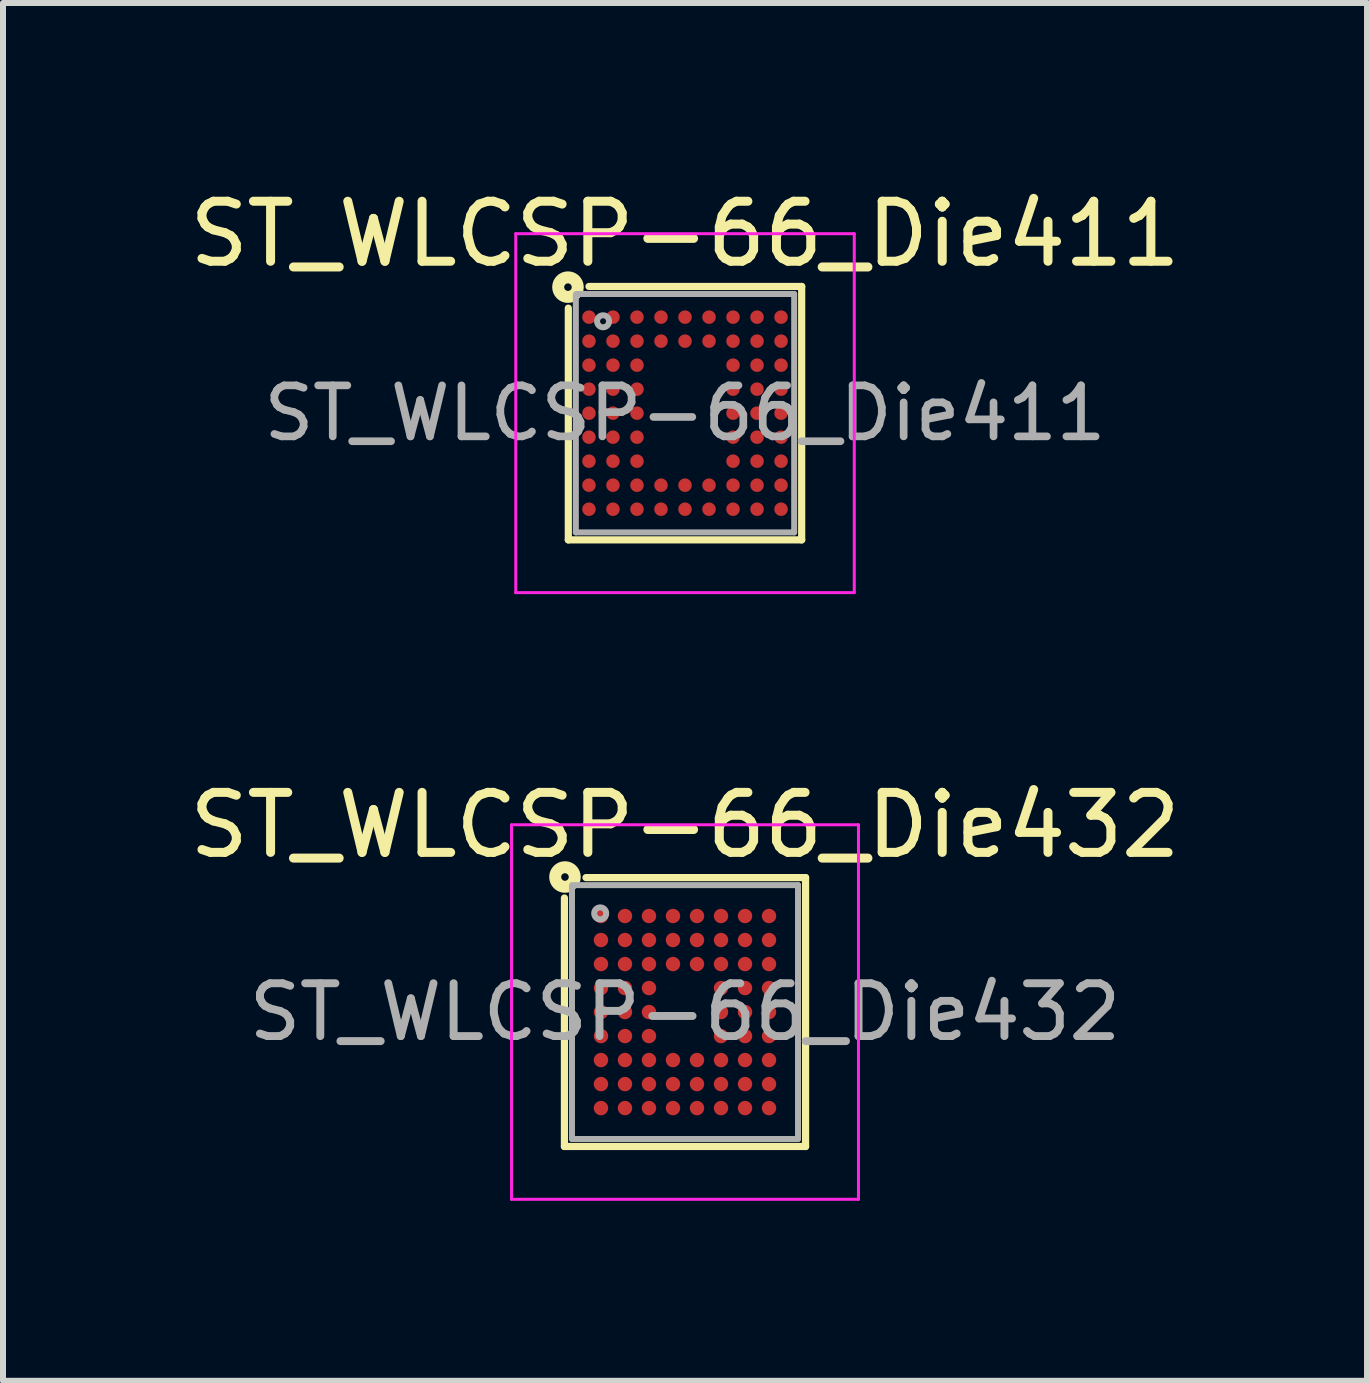
<source format=kicad_pcb>
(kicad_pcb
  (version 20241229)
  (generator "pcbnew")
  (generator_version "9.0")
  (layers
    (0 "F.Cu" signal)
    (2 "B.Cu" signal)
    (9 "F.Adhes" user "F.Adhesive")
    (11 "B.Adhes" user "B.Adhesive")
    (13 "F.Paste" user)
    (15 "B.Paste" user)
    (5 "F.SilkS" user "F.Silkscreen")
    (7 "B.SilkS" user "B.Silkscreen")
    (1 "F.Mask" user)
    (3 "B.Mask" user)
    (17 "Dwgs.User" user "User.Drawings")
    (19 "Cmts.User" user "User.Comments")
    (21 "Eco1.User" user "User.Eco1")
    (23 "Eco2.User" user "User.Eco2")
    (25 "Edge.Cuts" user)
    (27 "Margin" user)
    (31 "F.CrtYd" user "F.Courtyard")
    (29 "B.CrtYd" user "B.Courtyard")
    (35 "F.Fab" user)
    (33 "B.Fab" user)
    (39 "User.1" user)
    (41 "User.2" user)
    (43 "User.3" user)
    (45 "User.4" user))
  (footprint "ST_WLCSP-66_Die411"
    (layer "F.Cu")
    (at 8.363 3.834)
    (property "Reference" "ST_WLCSP-66_Die411" (at 0 -2.986 0) (layer "F.SilkS") (effects (font (size 1 1) (thickness 0.15))))
    (attr smd)
    (fp_line (start -1.944 2.111) (end -1.944 -1.75) (stroke (width 0.12) (type solid)) (layer "F.SilkS"))
    (fp_line (start -1.6 -2.111) (end 1.944 -2.111) (stroke (width 0.12) (type solid)) (layer "F.SilkS"))
    (fp_line (start 1.944 -2.111) (end 1.944 2.111) (stroke (width 0.12) (type solid)) (layer "F.SilkS"))
    (fp_line (start 1.944 2.111) (end -1.944 2.111) (stroke (width 0.12) (type solid)) (layer "F.SilkS"))
    (fp_circle (center -1.95 -2.1) (end -1.887 -2.1) (stroke (width 0.2) (type solid)) (fill no) (layer "F.SilkS"))
    (fp_line (start -2.82 -2.99) (end -2.82 2.99) (stroke (width 0.05) (type solid)) (layer "F.CrtYd"))
    (fp_line (start -2.82 2.99) (end 2.82 2.99) (stroke (width 0.05) (type solid)) (layer "F.CrtYd"))
    (fp_line (start 2.82 -2.99) (end -2.82 -2.99) (stroke (width 0.05) (type solid)) (layer "F.CrtYd"))
    (fp_line (start 2.82 2.99) (end 2.82 -2.99) (stroke (width 0.05) (type solid)) (layer "F.CrtYd"))
    (fp_line (start -1.819 1.986) (end -1.819 -1.98) (stroke (width 0.1) (type solid)) (layer "F.Fab"))
    (fp_line (start -1.81 -1.986) (end 1.819 -1.986) (stroke (width 0.1) (type solid)) (layer "F.Fab"))
    (fp_line (start 1.819 -1.986) (end 1.819 1.986) (stroke (width 0.1) (type solid)) (layer "F.Fab"))
    (fp_line (start 1.819 1.986) (end -1.819 1.986) (stroke (width 0.1) (type solid)) (layer "F.Fab"))
    (fp_circle (center -1.365 -1.531) (end -1.265 -1.531) (stroke (width 0.1) (type solid)) (fill no) (layer "F.Fab"))
    (fp_text user "${REFERENCE}" (at 0 0 0) (layer "F.Fab") (effects (font (size 0.85 0.85) (thickness 0.128))))
    (pad "A1" smd circle (at -1.6 -1.6) (size 0.225 0.225) (layers "F.Cu" "F.Mask" "F.Paste"))
    (pad "A2" smd circle (at -1.2 -1.6) (size 0.225 0.225) (layers "F.Cu" "F.Mask" "F.Paste"))
    (pad "A3" smd circle (at -0.8 -1.6) (size 0.225 0.225) (layers "F.Cu" "F.Mask" "F.Paste"))
    (pad "A4" smd circle (at -0.4 -1.6) (size 0.225 0.225) (layers "F.Cu" "F.Mask" "F.Paste"))
    (pad "A5" smd circle (at 0 -1.6) (size 0.225 0.225) (layers "F.Cu" "F.Mask" "F.Paste"))
    (pad "A6" smd circle (at 0.4 -1.6) (size 0.225 0.225) (layers "F.Cu" "F.Mask" "F.Paste"))
    (pad "A7" smd circle (at 0.8 -1.6) (size 0.225 0.225) (layers "F.Cu" "F.Mask" "F.Paste"))
    (pad "A8" smd circle (at 1.2 -1.6) (size 0.225 0.225) (layers "F.Cu" "F.Mask" "F.Paste"))
    (pad "A9" smd circle (at 1.6 -1.6) (size 0.225 0.225) (layers "F.Cu" "F.Mask" "F.Paste"))
    (pad "B1" smd circle (at -1.6 -1.2) (size 0.225 0.225) (layers "F.Cu" "F.Mask" "F.Paste"))
    (pad "B2" smd circle (at -1.2 -1.2) (size 0.225 0.225) (layers "F.Cu" "F.Mask" "F.Paste"))
    (pad "B3" smd circle (at -0.8 -1.2) (size 0.225 0.225) (layers "F.Cu" "F.Mask" "F.Paste"))
    (pad "B4" smd circle (at -0.4 -1.2) (size 0.225 0.225) (layers "F.Cu" "F.Mask" "F.Paste"))
    (pad "B5" smd circle (at 0 -1.2) (size 0.225 0.225) (layers "F.Cu" "F.Mask" "F.Paste"))
    (pad "B6" smd circle (at 0.4 -1.2) (size 0.225 0.225) (layers "F.Cu" "F.Mask" "F.Paste"))
    (pad "B7" smd circle (at 0.8 -1.2) (size 0.225 0.225) (layers "F.Cu" "F.Mask" "F.Paste"))
    (pad "B8" smd circle (at 1.2 -1.2) (size 0.225 0.225) (layers "F.Cu" "F.Mask" "F.Paste"))
    (pad "B9" smd circle (at 1.6 -1.2) (size 0.225 0.225) (layers "F.Cu" "F.Mask" "F.Paste"))
    (pad "C1" smd circle (at -1.6 -0.8) (size 0.225 0.225) (layers "F.Cu" "F.Mask" "F.Paste"))
    (pad "C2" smd circle (at -1.2 -0.8) (size 0.225 0.225) (layers "F.Cu" "F.Mask" "F.Paste"))
    (pad "C3" smd circle (at -0.8 -0.8) (size 0.225 0.225) (layers "F.Cu" "F.Mask" "F.Paste"))
    (pad "C7" smd circle (at 0.8 -0.8) (size 0.225 0.225) (layers "F.Cu" "F.Mask" "F.Paste"))
    (pad "C8" smd circle (at 1.2 -0.8) (size 0.225 0.225) (layers "F.Cu" "F.Mask" "F.Paste"))
    (pad "C9" smd circle (at 1.6 -0.8) (size 0.225 0.225) (layers "F.Cu" "F.Mask" "F.Paste"))
    (pad "D1" smd circle (at -1.6 -0.4) (size 0.225 0.225) (layers "F.Cu" "F.Mask" "F.Paste"))
    (pad "D2" smd circle (at -1.2 -0.4) (size 0.225 0.225) (layers "F.Cu" "F.Mask" "F.Paste"))
    (pad "D3" smd circle (at -0.8 -0.4) (size 0.225 0.225) (layers "F.Cu" "F.Mask" "F.Paste"))
    (pad "D7" smd circle (at 0.8 -0.4) (size 0.225 0.225) (layers "F.Cu" "F.Mask" "F.Paste"))
    (pad "D8" smd circle (at 1.2 -0.4) (size 0.225 0.225) (layers "F.Cu" "F.Mask" "F.Paste"))
    (pad "D9" smd circle (at 1.6 -0.4) (size 0.225 0.225) (layers "F.Cu" "F.Mask" "F.Paste"))
    (pad "E1" smd circle (at -1.6 0) (size 0.225 0.225) (layers "F.Cu" "F.Mask" "F.Paste"))
    (pad "E2" smd circle (at -1.2 0) (size 0.225 0.225) (layers "F.Cu" "F.Mask" "F.Paste"))
    (pad "E3" smd circle (at -0.8 0) (size 0.225 0.225) (layers "F.Cu" "F.Mask" "F.Paste"))
    (pad "E7" smd circle (at 0.8 0) (size 0.225 0.225) (layers "F.Cu" "F.Mask" "F.Paste"))
    (pad "E8" smd circle (at 1.2 0) (size 0.225 0.225) (layers "F.Cu" "F.Mask" "F.Paste"))
    (pad "E9" smd circle (at 1.6 0) (size 0.225 0.225) (layers "F.Cu" "F.Mask" "F.Paste"))
    (pad "F1" smd circle (at -1.6 0.4) (size 0.225 0.225) (layers "F.Cu" "F.Mask" "F.Paste"))
    (pad "F2" smd circle (at -1.2 0.4) (size 0.225 0.225) (layers "F.Cu" "F.Mask" "F.Paste"))
    (pad "F3" smd circle (at -0.8 0.4) (size 0.225 0.225) (layers "F.Cu" "F.Mask" "F.Paste"))
    (pad "F7" smd circle (at 0.8 0.4) (size 0.225 0.225) (layers "F.Cu" "F.Mask" "F.Paste"))
    (pad "F8" smd circle (at 1.2 0.4) (size 0.225 0.225) (layers "F.Cu" "F.Mask" "F.Paste"))
    (pad "F9" smd circle (at 1.6 0.4) (size 0.225 0.225) (layers "F.Cu" "F.Mask" "F.Paste"))
    (pad "G1" smd circle (at -1.6 0.8) (size 0.225 0.225) (layers "F.Cu" "F.Mask" "F.Paste"))
    (pad "G2" smd circle (at -1.2 0.8) (size 0.225 0.225) (layers "F.Cu" "F.Mask" "F.Paste"))
    (pad "G3" smd circle (at -0.8 0.8) (size 0.225 0.225) (layers "F.Cu" "F.Mask" "F.Paste"))
    (pad "G7" smd circle (at 0.8 0.8) (size 0.225 0.225) (layers "F.Cu" "F.Mask" "F.Paste"))
    (pad "G8" smd circle (at 1.2 0.8) (size 0.225 0.225) (layers "F.Cu" "F.Mask" "F.Paste"))
    (pad "G9" smd circle (at 1.6 0.8) (size 0.225 0.225) (layers "F.Cu" "F.Mask" "F.Paste"))
    (pad "H1" smd circle (at -1.6 1.2) (size 0.225 0.225) (layers "F.Cu" "F.Mask" "F.Paste"))
    (pad "H2" smd circle (at -1.2 1.2) (size 0.225 0.225) (layers "F.Cu" "F.Mask" "F.Paste"))
    (pad "H3" smd circle (at -0.8 1.2) (size 0.225 0.225) (layers "F.Cu" "F.Mask" "F.Paste"))
    (pad "H4" smd circle (at -0.4 1.2) (size 0.225 0.225) (layers "F.Cu" "F.Mask" "F.Paste"))
    (pad "H5" smd circle (at 0 1.2) (size 0.225 0.225) (layers "F.Cu" "F.Mask" "F.Paste"))
    (pad "H6" smd circle (at 0.4 1.2) (size 0.225 0.225) (layers "F.Cu" "F.Mask" "F.Paste"))
    (pad "H7" smd circle (at 0.8 1.2) (size 0.225 0.225) (layers "F.Cu" "F.Mask" "F.Paste"))
    (pad "H8" smd circle (at 1.2 1.2) (size 0.225 0.225) (layers "F.Cu" "F.Mask" "F.Paste"))
    (pad "H9" smd circle (at 1.6 1.2) (size 0.225 0.225) (layers "F.Cu" "F.Mask" "F.Paste"))
    (pad "J1" smd circle (at -1.6 1.6) (size 0.225 0.225) (layers "F.Cu" "F.Mask" "F.Paste"))
    (pad "J2" smd circle (at -1.2 1.6) (size 0.225 0.225) (layers "F.Cu" "F.Mask" "F.Paste"))
    (pad "J3" smd circle (at -0.8 1.6) (size 0.225 0.225) (layers "F.Cu" "F.Mask" "F.Paste"))
    (pad "J4" smd circle (at -0.4 1.6) (size 0.225 0.225) (layers "F.Cu" "F.Mask" "F.Paste"))
    (pad "J5" smd circle (at 0 1.6) (size 0.225 0.225) (layers "F.Cu" "F.Mask" "F.Paste"))
    (pad "J6" smd circle (at 0.4 1.6) (size 0.225 0.225) (layers "F.Cu" "F.Mask" "F.Paste"))
    (pad "J7" smd circle (at 0.8 1.6) (size 0.225 0.225) (layers "F.Cu" "F.Mask" "F.Paste"))
    (pad "J8" smd circle (at 1.2 1.6) (size 0.225 0.225) (layers "F.Cu" "F.Mask" "F.Paste"))
    (pad "J9" smd circle (at 1.6 1.6) (size 0.225 0.225) (layers "F.Cu" "F.Mask" "F.Paste")))
  (footprint "ST_WLCSP-66_Die432"
    (layer "F.Cu")
    (at 8.363 13.812)
    (property "Reference" "ST_WLCSP-66_Die432" (at 0 -3.115 0) (layer "F.SilkS") (effects (font (size 1 1) (thickness 0.15))))
    (attr smd)
    (fp_line (start -2.009 2.24) (end -2.009 -1.9) (stroke (width 0.12) (type solid)) (layer "F.SilkS"))
    (fp_line (start -1.65 -2.24) (end 2.009 -2.24) (stroke (width 0.12) (type solid)) (layer "F.SilkS"))
    (fp_line (start 2.009 -2.24) (end 2.009 2.24) (stroke (width 0.12) (type solid)) (layer "F.SilkS"))
    (fp_line (start 2.009 2.24) (end -2.009 2.24) (stroke (width 0.12) (type solid)) (layer "F.SilkS"))
    (fp_circle (center -2 -2.25) (end -1.937 -2.25) (stroke (width 0.2) (type solid)) (fill no) (layer "F.SilkS"))
    (fp_line (start -2.89 -3.12) (end -2.89 3.12) (stroke (width 0.05) (type solid)) (layer "F.CrtYd"))
    (fp_line (start -2.89 3.12) (end 2.89 3.12) (stroke (width 0.05) (type solid)) (layer "F.CrtYd"))
    (fp_line (start 2.89 -3.12) (end -2.89 -3.12) (stroke (width 0.05) (type solid)) (layer "F.CrtYd"))
    (fp_line (start 2.89 3.12) (end 2.89 -3.12) (stroke (width 0.05) (type solid)) (layer "F.CrtYd"))
    (fp_line (start -1.883 2.115) (end -1.883 -2.1) (stroke (width 0.1) (type solid)) (layer "F.Fab"))
    (fp_line (start -1.88 -2.115) (end 1.883 -2.115) (stroke (width 0.1) (type solid)) (layer "F.Fab"))
    (fp_line (start 1.883 -2.115) (end 1.883 2.115) (stroke (width 0.1) (type solid)) (layer "F.Fab"))
    (fp_line (start 1.883 2.115) (end -1.883 2.115) (stroke (width 0.1) (type solid)) (layer "F.Fab"))
    (fp_circle (center -1.413 -1.644) (end -1.313 -1.644) (stroke (width 0.1) (type solid)) (fill no) (layer "F.Fab"))
    (fp_text user "${REFERENCE}" (at 0 0 0) (layer "F.Fab") (effects (font (size 0.88 0.88) (thickness 0.132))))
    (pad "A1" smd circle (at -1.4 -1.6) (size 0.24 0.24) (layers "F.Cu" "F.Mask" "F.Paste"))
    (pad "A2" smd circle (at -1 -1.6) (size 0.24 0.24) (layers "F.Cu" "F.Mask" "F.Paste"))
    (pad "A3" smd circle (at -0.6 -1.6) (size 0.24 0.24) (layers "F.Cu" "F.Mask" "F.Paste"))
    (pad "A4" smd circle (at -0.2 -1.6) (size 0.24 0.24) (layers "F.Cu" "F.Mask" "F.Paste"))
    (pad "A5" smd circle (at 0.2 -1.6) (size 0.24 0.24) (layers "F.Cu" "F.Mask" "F.Paste"))
    (pad "A6" smd circle (at 0.6 -1.6) (size 0.24 0.24) (layers "F.Cu" "F.Mask" "F.Paste"))
    (pad "A7" smd circle (at 1 -1.6) (size 0.24 0.24) (layers "F.Cu" "F.Mask" "F.Paste"))
    (pad "A8" smd circle (at 1.4 -1.6) (size 0.24 0.24) (layers "F.Cu" "F.Mask" "F.Paste"))
    (pad "B1" smd circle (at -1.4 -1.2) (size 0.24 0.24) (layers "F.Cu" "F.Mask" "F.Paste"))
    (pad "B2" smd circle (at -1 -1.2) (size 0.24 0.24) (layers "F.Cu" "F.Mask" "F.Paste"))
    (pad "B3" smd circle (at -0.6 -1.2) (size 0.24 0.24) (layers "F.Cu" "F.Mask" "F.Paste"))
    (pad "B4" smd circle (at -0.2 -1.2) (size 0.24 0.24) (layers "F.Cu" "F.Mask" "F.Paste"))
    (pad "B5" smd circle (at 0.2 -1.2) (size 0.24 0.24) (layers "F.Cu" "F.Mask" "F.Paste"))
    (pad "B6" smd circle (at 0.6 -1.2) (size 0.24 0.24) (layers "F.Cu" "F.Mask" "F.Paste"))
    (pad "B7" smd circle (at 1 -1.2) (size 0.24 0.24) (layers "F.Cu" "F.Mask" "F.Paste"))
    (pad "B8" smd circle (at 1.4 -1.2) (size 0.24 0.24) (layers "F.Cu" "F.Mask" "F.Paste"))
    (pad "C1" smd circle (at -1.4 -0.8) (size 0.24 0.24) (layers "F.Cu" "F.Mask" "F.Paste"))
    (pad "C2" smd circle (at -1 -0.8) (size 0.24 0.24) (layers "F.Cu" "F.Mask" "F.Paste"))
    (pad "C3" smd circle (at -0.6 -0.8) (size 0.24 0.24) (layers "F.Cu" "F.Mask" "F.Paste"))
    (pad "C4" smd circle (at -0.2 -0.8) (size 0.24 0.24) (layers "F.Cu" "F.Mask" "F.Paste"))
    (pad "C5" smd circle (at 0.2 -0.8) (size 0.24 0.24) (layers "F.Cu" "F.Mask" "F.Paste"))
    (pad "C6" smd circle (at 0.6 -0.8) (size 0.24 0.24) (layers "F.Cu" "F.Mask" "F.Paste"))
    (pad "C7" smd circle (at 1 -0.8) (size 0.24 0.24) (layers "F.Cu" "F.Mask" "F.Paste"))
    (pad "C8" smd circle (at 1.4 -0.8) (size 0.24 0.24) (layers "F.Cu" "F.Mask" "F.Paste"))
    (pad "D1" smd circle (at -1.4 -0.4) (size 0.24 0.24) (layers "F.Cu" "F.Mask" "F.Paste"))
    (pad "D2" smd circle (at -1 -0.4) (size 0.24 0.24) (layers "F.Cu" "F.Mask" "F.Paste"))
    (pad "D3" smd circle (at -0.6 -0.4) (size 0.24 0.24) (layers "F.Cu" "F.Mask" "F.Paste"))
    (pad "D6" smd circle (at 0.6 -0.4) (size 0.24 0.24) (layers "F.Cu" "F.Mask" "F.Paste"))
    (pad "D7" smd circle (at 1 -0.4) (size 0.24 0.24) (layers "F.Cu" "F.Mask" "F.Paste"))
    (pad "D8" smd circle (at 1.4 -0.4) (size 0.24 0.24) (layers "F.Cu" "F.Mask" "F.Paste"))
    (pad "E1" smd circle (at -1.4 0) (size 0.24 0.24) (layers "F.Cu" "F.Mask" "F.Paste"))
    (pad "E2" smd circle (at -1 0) (size 0.24 0.24) (layers "F.Cu" "F.Mask" "F.Paste"))
    (pad "E3" smd circle (at -0.6 0) (size 0.24 0.24) (layers "F.Cu" "F.Mask" "F.Paste"))
    (pad "E6" smd circle (at 0.6 0) (size 0.24 0.24) (layers "F.Cu" "F.Mask" "F.Paste"))
    (pad "E7" smd circle (at 1 0) (size 0.24 0.24) (layers "F.Cu" "F.Mask" "F.Paste"))
    (pad "E8" smd circle (at 1.4 0) (size 0.24 0.24) (layers "F.Cu" "F.Mask" "F.Paste"))
    (pad "F1" smd circle (at -1.4 0.4) (size 0.24 0.24) (layers "F.Cu" "F.Mask" "F.Paste"))
    (pad "F2" smd circle (at -1 0.4) (size 0.24 0.24) (layers "F.Cu" "F.Mask" "F.Paste"))
    (pad "F3" smd circle (at -0.6 0.4) (size 0.24 0.24) (layers "F.Cu" "F.Mask" "F.Paste"))
    (pad "F6" smd circle (at 0.6 0.4) (size 0.24 0.24) (layers "F.Cu" "F.Mask" "F.Paste"))
    (pad "F7" smd circle (at 1 0.4) (size 0.24 0.24) (layers "F.Cu" "F.Mask" "F.Paste"))
    (pad "F8" smd circle (at 1.4 0.4) (size 0.24 0.24) (layers "F.Cu" "F.Mask" "F.Paste"))
    (pad "G1" smd circle (at -1.4 0.8) (size 0.24 0.24) (layers "F.Cu" "F.Mask" "F.Paste"))
    (pad "G2" smd circle (at -1 0.8) (size 0.24 0.24) (layers "F.Cu" "F.Mask" "F.Paste"))
    (pad "G3" smd circle (at -0.6 0.8) (size 0.24 0.24) (layers "F.Cu" "F.Mask" "F.Paste"))
    (pad "G4" smd circle (at -0.2 0.8) (size 0.24 0.24) (layers "F.Cu" "F.Mask" "F.Paste"))
    (pad "G5" smd circle (at 0.2 0.8) (size 0.24 0.24) (layers "F.Cu" "F.Mask" "F.Paste"))
    (pad "G6" smd circle (at 0.6 0.8) (size 0.24 0.24) (layers "F.Cu" "F.Mask" "F.Paste"))
    (pad "G7" smd circle (at 1 0.8) (size 0.24 0.24) (layers "F.Cu" "F.Mask" "F.Paste"))
    (pad "G8" smd circle (at 1.4 0.8) (size 0.24 0.24) (layers "F.Cu" "F.Mask" "F.Paste"))
    (pad "H1" smd circle (at -1.4 1.2) (size 0.24 0.24) (layers "F.Cu" "F.Mask" "F.Paste"))
    (pad "H2" smd circle (at -1 1.2) (size 0.24 0.24) (layers "F.Cu" "F.Mask" "F.Paste"))
    (pad "H3" smd circle (at -0.6 1.2) (size 0.24 0.24) (layers "F.Cu" "F.Mask" "F.Paste"))
    (pad "H4" smd circle (at -0.2 1.2) (size 0.24 0.24) (layers "F.Cu" "F.Mask" "F.Paste"))
    (pad "H5" smd circle (at 0.2 1.2) (size 0.24 0.24) (layers "F.Cu" "F.Mask" "F.Paste"))
    (pad "H6" smd circle (at 0.6 1.2) (size 0.24 0.24) (layers "F.Cu" "F.Mask" "F.Paste"))
    (pad "H7" smd circle (at 1 1.2) (size 0.24 0.24) (layers "F.Cu" "F.Mask" "F.Paste"))
    (pad "H8" smd circle (at 1.4 1.2) (size 0.24 0.24) (layers "F.Cu" "F.Mask" "F.Paste"))
    (pad "J1" smd circle (at -1.4 1.6) (size 0.24 0.24) (layers "F.Cu" "F.Mask" "F.Paste"))
    (pad "J2" smd circle (at -1 1.6) (size 0.24 0.24) (layers "F.Cu" "F.Mask" "F.Paste"))
    (pad "J3" smd circle (at -0.6 1.6) (size 0.24 0.24) (layers "F.Cu" "F.Mask" "F.Paste"))
    (pad "J4" smd circle (at -0.2 1.6) (size 0.24 0.24) (layers "F.Cu" "F.Mask" "F.Paste"))
    (pad "J5" smd circle (at 0.2 1.6) (size 0.24 0.24) (layers "F.Cu" "F.Mask" "F.Paste"))
    (pad "J6" smd circle (at 0.6 1.6) (size 0.24 0.24) (layers "F.Cu" "F.Mask" "F.Paste"))
    (pad "J7" smd circle (at 1 1.6) (size 0.24 0.24) (layers "F.Cu" "F.Mask" "F.Paste"))
    (pad "J8" smd circle (at 1.4 1.6) (size 0.24 0.24) (layers "F.Cu" "F.Mask" "F.Paste")))
  (gr_rect
    (start -3 -3)
    (end 19.726 19.956)
    (stroke (width 0.1) (type default))
    (fill no)
    (layer "Edge.Cuts")))
</source>
